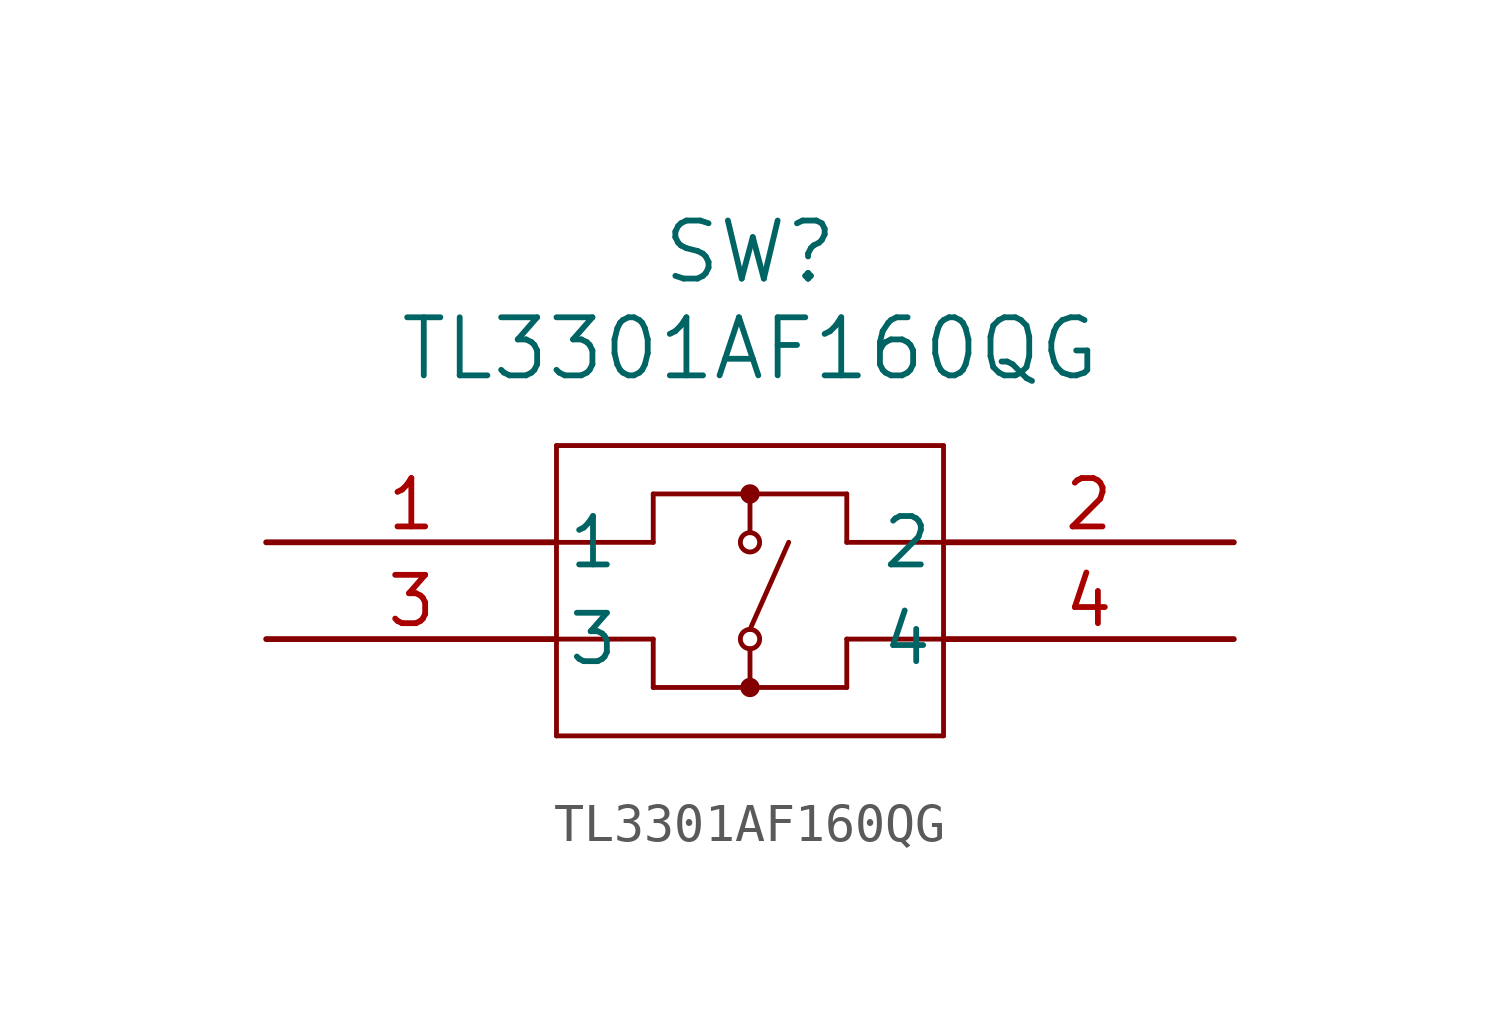
<source format=kicad_sym>
(kicad_symbol_lib
  (version 20211014)
  (generator kicad_symbol_editor)
  (symbol "TL3301AF160QG"
    (pin_names
      (offset 0.254))
    (property "Reference" "SW"
      (at 12.7 7.62 0)
      (effects (font (size 1.524 1.524))))
    (property "Value" "TL3301AF160QG"
      (at 12.7 5.08 0)
      (effects (font (size 1.524 1.524))))
    (symbol "TL3301AF160QG_0_1"
      (polyline (pts (xy 7.62 2.54) (xy 7.62 -5.08)) (stroke (width 0.127) (type default) (color 0 0 0 0)) (fill (type none)))
      (polyline (pts (xy 7.62 -5.08) (xy 17.78 -5.08)) (stroke (width 0.127) (type default) (color 0 0 0 0)) (fill (type none)))
      (polyline (pts (xy 17.78 -5.08) (xy 17.78 2.54)) (stroke (width 0.127) (type default) (color 0 0 0 0)) (fill (type none)))
      (polyline (pts (xy 17.78 2.54) (xy 7.62 2.54)) (stroke (width 0.127) (type default) (color 0 0 0 0)) (fill (type none)))
      (polyline (pts (xy 7.62 0) (xy 10.16 0)) (stroke (width 0.127) (type default) (color 0 0 0 0)) (fill (type none)))
      (polyline (pts (xy 10.16 0) (xy 10.16 1.27)) (stroke (width 0.127) (type default) (color 0 0 0 0)) (fill (type none)))
      (polyline (pts (xy 10.16 1.27) (xy 15.24 1.27)) (stroke (width 0.127) (type default) (color 0 0 0 0)) (fill (type none)))
      (polyline (pts (xy 15.24 1.27) (xy 15.24 0)) (stroke (width 0.127) (type default) (color 0 0 0 0)) (fill (type none)))
      (polyline (pts (xy 15.24 0) (xy 17.78 0)) (stroke (width 0.127) (type default) (color 0 0 0 0)) (fill (type none)))
      (polyline (pts (xy 17.78 -2.54) (xy 15.24 -2.54)) (stroke (width 0.127) (type default) (color 0 0 0 0)) (fill (type none)))
      (polyline (pts (xy 15.24 -2.54) (xy 15.24 -3.81)) (stroke (width 0.127) (type default) (color 0 0 0 0)) (fill (type none)))
      (polyline (pts (xy 15.24 -3.81) (xy 10.16 -3.81)) (stroke (width 0.127) (type default) (color 0 0 0 0)) (fill (type none)))
      (polyline (pts (xy 10.16 -3.81) (xy 10.16 -2.54)) (stroke (width 0.127) (type default) (color 0 0 0 0)) (fill (type none)))
      (polyline (pts (xy 10.16 -2.54) (xy 7.62 -2.54)) (stroke (width 0.127) (type default) (color 0 0 0 0)) (fill (type none)))
      (polyline (pts (xy 12.7 1.27) (xy 12.7 0.254)) (stroke (width 0.127) (type default) (color 0 0 0 0)) (fill (type none)))
      (polyline (pts (xy 12.7 -2.794) (xy 12.7 -3.81)) (stroke (width 0.127) (type default) (color 0 0 0 0)) (fill (type none)))
      (circle (center 12.7 0) (radius 0.254) (stroke (width 0.127) (type default) (color 0 0 0 0)) (fill (type none)))
      (circle (center 12.7 -2.54) (radius 0.254) (stroke (width 0.127) (type default) (color 0 0 0 0)) (fill (type none)))
      (polyline (pts (xy 13.716 0) (xy 12.7 -2.286)) (stroke (width 0.127) (type default) (color 0 0 0 0)) (fill (type none)))
      (circle (center 12.7 1.27) (radius 0.127) (stroke (width 0.254) (type default) (color 0 0 0 0)) (fill (type none)))
      (circle (center 12.7 -3.81) (radius 0.127) (stroke (width 0.254) (type default) (color 0 0 0 0)) (fill (type none)))
      (pin unspecified line (at 0 0 0) (length 7.62) (name "1" (effects (font (size 1.27 1.27)))) (number "1" (effects (font (size 1.27 1.27)))))
      (pin unspecified line (at 25.4 0 180) (length 7.62) (name "2" (effects (font (size 1.27 1.27)))) (number "2" (effects (font (size 1.27 1.27)))))
      (pin unspecified line (at 0 -2.54 0) (length 7.62) (name "3" (effects (font (size 1.27 1.27)))) (number "3" (effects (font (size 1.27 1.27)))))
      (pin unspecified line (at 25.4 -2.54 180) (length 7.62) (name "4" (effects (font (size 1.27 1.27)))) (number "4" (effects (font (size 1.27 1.27))))))))
</source>
